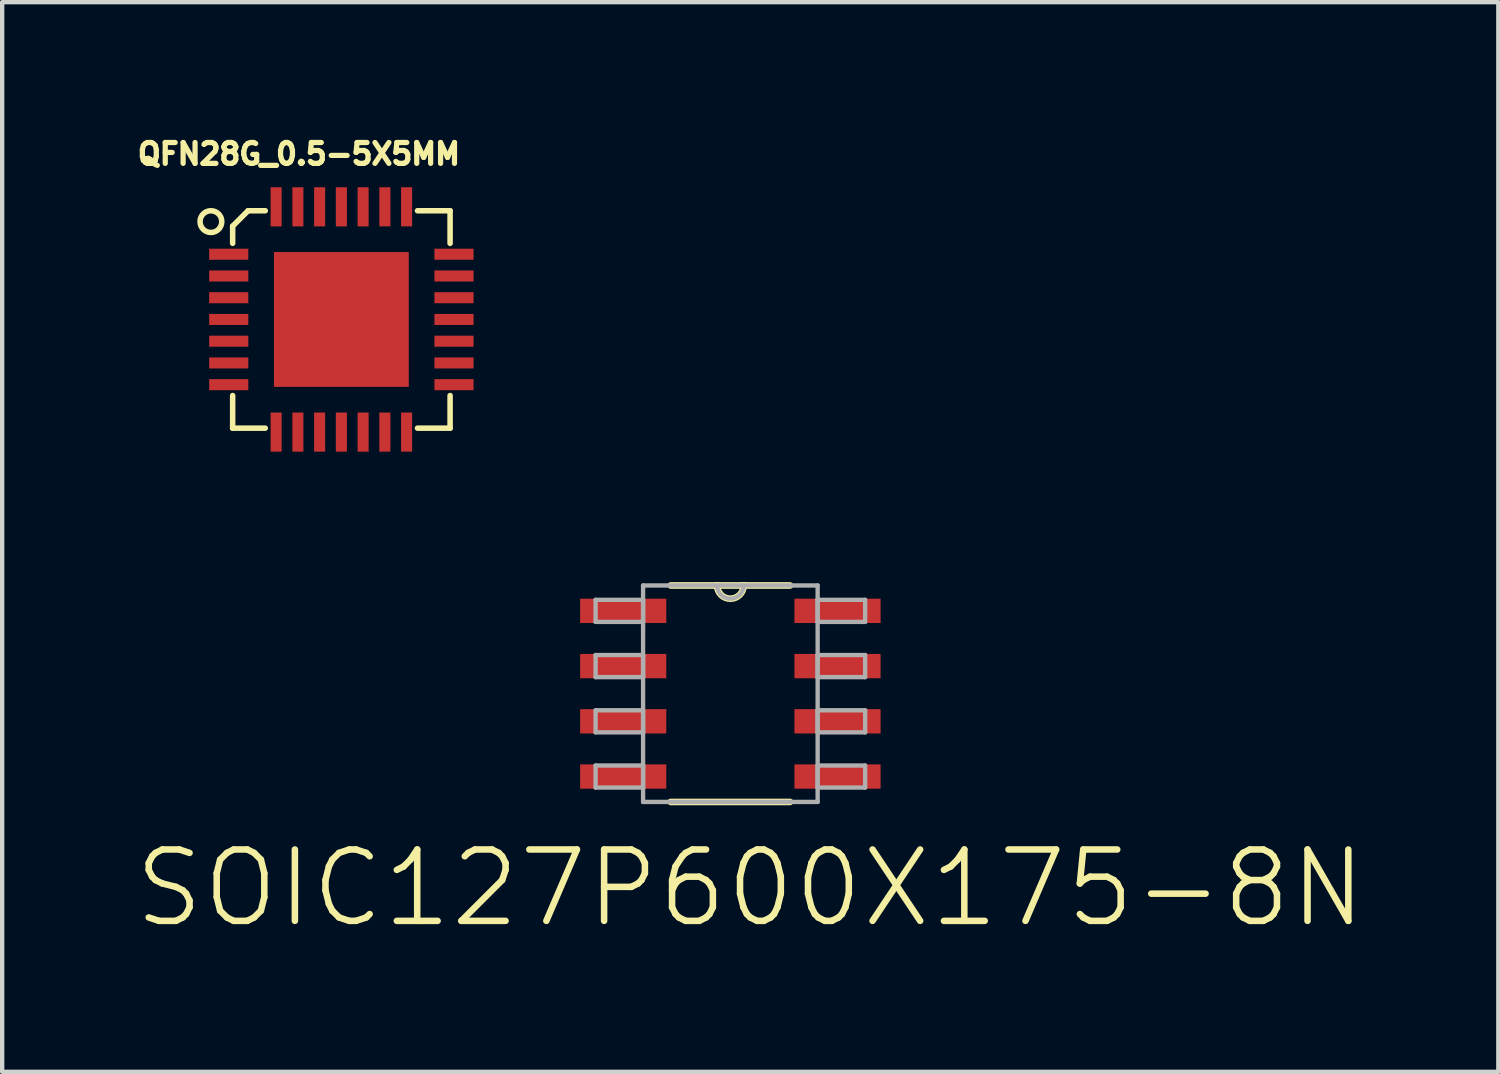
<source format=kicad_pcb>
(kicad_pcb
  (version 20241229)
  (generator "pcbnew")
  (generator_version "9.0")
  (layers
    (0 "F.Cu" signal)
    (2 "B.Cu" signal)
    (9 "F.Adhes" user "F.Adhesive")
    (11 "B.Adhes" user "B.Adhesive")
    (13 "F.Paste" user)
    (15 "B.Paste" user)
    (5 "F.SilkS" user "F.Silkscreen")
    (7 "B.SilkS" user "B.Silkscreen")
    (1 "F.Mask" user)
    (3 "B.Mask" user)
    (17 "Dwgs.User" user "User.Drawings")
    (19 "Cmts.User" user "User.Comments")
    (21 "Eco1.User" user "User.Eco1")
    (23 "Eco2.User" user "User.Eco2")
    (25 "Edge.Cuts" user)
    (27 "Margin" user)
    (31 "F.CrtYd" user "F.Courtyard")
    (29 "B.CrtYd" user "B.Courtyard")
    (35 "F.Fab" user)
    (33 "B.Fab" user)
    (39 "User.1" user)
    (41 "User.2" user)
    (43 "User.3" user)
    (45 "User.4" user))
  (footprint "SOIC127P600X175-8N"
    (layer "F.Cu")
    (at 13.745 12.902)
    (property "Reference" "SOIC127P600X175-8N" (at 0.457 4.472 0) (layer "F.SilkS") (effects (font (size 1.641 1.641) (thickness 0.15))))
    (attr smd)
    (fp_line (start -1.372 2.489) (end 1.372 2.489) (stroke (width 0.152) (type solid)) (layer "F.SilkS"))
    (fp_line (start -0.305 -2.489) (end -1.372 -2.489) (stroke (width 0.152) (type solid)) (layer "F.SilkS"))
    (fp_line (start 0.305 -2.489) (end -0.305 -2.489) (stroke (width 0.152) (type solid)) (layer "F.SilkS"))
    (fp_line (start 1.372 -2.489) (end 0.305 -2.489) (stroke (width 0.152) (type solid)) (layer "F.SilkS"))
    (fp_arc (start 0.3048 -2.4892) (mid 0 -2.1844) (end -0.3048 -2.4892) (stroke (width 0.1524) (type solid)) (layer "F.SilkS"))
    (fp_line (start -3.099 -2.159) (end -3.099 -1.651) (stroke (width 0.1) (type solid)) (layer "F.Fab"))
    (fp_line (start -3.099 -1.651) (end -2.007 -1.651) (stroke (width 0.1) (type solid)) (layer "F.Fab"))
    (fp_line (start -3.099 -0.889) (end -3.099 -0.381) (stroke (width 0.1) (type solid)) (layer "F.Fab"))
    (fp_line (start -3.099 -0.381) (end -2.007 -0.381) (stroke (width 0.1) (type solid)) (layer "F.Fab"))
    (fp_line (start -3.099 0.381) (end -3.099 0.889) (stroke (width 0.1) (type solid)) (layer "F.Fab"))
    (fp_line (start -3.099 0.889) (end -2.007 0.889) (stroke (width 0.1) (type solid)) (layer "F.Fab"))
    (fp_line (start -3.099 1.651) (end -3.099 2.159) (stroke (width 0.1) (type solid)) (layer "F.Fab"))
    (fp_line (start -3.099 2.159) (end -2.007 2.159) (stroke (width 0.1) (type solid)) (layer "F.Fab"))
    (fp_line (start -2.007 -2.489) (end -2.007 2.489) (stroke (width 0.1) (type solid)) (layer "F.Fab"))
    (fp_line (start -2.007 -2.159) (end -3.099 -2.159) (stroke (width 0.1) (type solid)) (layer "F.Fab"))
    (fp_line (start -2.007 -1.651) (end -2.007 -2.159) (stroke (width 0.1) (type solid)) (layer "F.Fab"))
    (fp_line (start -2.007 -0.889) (end -3.099 -0.889) (stroke (width 0.1) (type solid)) (layer "F.Fab"))
    (fp_line (start -2.007 -0.381) (end -2.007 -0.889) (stroke (width 0.1) (type solid)) (layer "F.Fab"))
    (fp_line (start -2.007 0.381) (end -3.099 0.381) (stroke (width 0.1) (type solid)) (layer "F.Fab"))
    (fp_line (start -2.007 0.889) (end -2.007 0.381) (stroke (width 0.1) (type solid)) (layer "F.Fab"))
    (fp_line (start -2.007 1.651) (end -3.099 1.651) (stroke (width 0.1) (type solid)) (layer "F.Fab"))
    (fp_line (start -2.007 2.159) (end -2.007 1.651) (stroke (width 0.1) (type solid)) (layer "F.Fab"))
    (fp_line (start -2.007 2.489) (end 2.007 2.489) (stroke (width 0.1) (type solid)) (layer "F.Fab"))
    (fp_line (start -0.305 -2.489) (end -2.007 -2.489) (stroke (width 0.1) (type solid)) (layer "F.Fab"))
    (fp_line (start 0.305 -2.489) (end -0.305 -2.489) (stroke (width 0.1) (type solid)) (layer "F.Fab"))
    (fp_line (start 2.007 -2.489) (end 0.305 -2.489) (stroke (width 0.1) (type solid)) (layer "F.Fab"))
    (fp_line (start 2.007 -2.159) (end 2.007 -1.651) (stroke (width 0.1) (type solid)) (layer "F.Fab"))
    (fp_line (start 2.007 -1.651) (end 3.099 -1.651) (stroke (width 0.1) (type solid)) (layer "F.Fab"))
    (fp_line (start 2.007 -0.889) (end 2.007 -0.381) (stroke (width 0.1) (type solid)) (layer "F.Fab"))
    (fp_line (start 2.007 -0.381) (end 3.099 -0.381) (stroke (width 0.1) (type solid)) (layer "F.Fab"))
    (fp_line (start 2.007 0.381) (end 2.007 0.889) (stroke (width 0.1) (type solid)) (layer "F.Fab"))
    (fp_line (start 2.007 0.889) (end 3.099 0.889) (stroke (width 0.1) (type solid)) (layer "F.Fab"))
    (fp_line (start 2.007 1.651) (end 2.007 2.159) (stroke (width 0.1) (type solid)) (layer "F.Fab"))
    (fp_line (start 2.007 2.159) (end 3.099 2.159) (stroke (width 0.1) (type solid)) (layer "F.Fab"))
    (fp_line (start 2.007 2.489) (end 2.007 -2.489) (stroke (width 0.1) (type solid)) (layer "F.Fab"))
    (fp_line (start 3.099 -2.159) (end 2.007 -2.159) (stroke (width 0.1) (type solid)) (layer "F.Fab"))
    (fp_line (start 3.099 -1.651) (end 3.099 -2.159) (stroke (width 0.1) (type solid)) (layer "F.Fab"))
    (fp_line (start 3.099 -0.889) (end 2.007 -0.889) (stroke (width 0.1) (type solid)) (layer "F.Fab"))
    (fp_line (start 3.099 -0.381) (end 3.099 -0.889) (stroke (width 0.1) (type solid)) (layer "F.Fab"))
    (fp_line (start 3.099 0.381) (end 2.007 0.381) (stroke (width 0.1) (type solid)) (layer "F.Fab"))
    (fp_line (start 3.099 0.889) (end 3.099 0.381) (stroke (width 0.1) (type solid)) (layer "F.Fab"))
    (fp_line (start 3.099 1.651) (end 2.007 1.651) (stroke (width 0.1) (type solid)) (layer "F.Fab"))
    (fp_line (start 3.099 2.159) (end 3.099 1.651) (stroke (width 0.1) (type solid)) (layer "F.Fab"))
    (fp_arc (start 0.3048 -2.4892) (mid 0 -2.1844) (end -0.3048 -2.4892) (stroke (width 0.1) (type solid)) (layer "F.Fab"))
    (pad "1" smd rect (at -2.464 -1.905) (size 1.981 0.559) (layers "F.Cu" "F.Mask" "F.Paste"))
    (pad "2" smd rect (at -2.464 -0.635) (size 1.981 0.559) (layers "F.Cu" "F.Mask" "F.Paste"))
    (pad "3" smd rect (at -2.464 0.635) (size 1.981 0.559) (layers "F.Cu" "F.Mask" "F.Paste"))
    (pad "4" smd rect (at -2.464 1.905) (size 1.981 0.559) (layers "F.Cu" "F.Mask" "F.Paste"))
    (pad "5" smd rect (at 2.464 1.905) (size 1.981 0.559) (layers "F.Cu" "F.Mask" "F.Paste"))
    (pad "6" smd rect (at 2.464 0.635) (size 1.981 0.559) (layers "F.Cu" "F.Mask" "F.Paste"))
    (pad "7" smd rect (at 2.464 -0.635) (size 1.981 0.559) (layers "F.Cu" "F.Mask" "F.Paste"))
    (pad "8" smd rect (at 2.464 -1.905) (size 1.981 0.559) (layers "F.Cu" "F.Mask" "F.Paste")))
  (footprint "QFN28G_0.5-5X5MM"
    (layer "F.Cu")
    (at 4.8 4.296)
    (property "Reference" "QFN28G_0.5-5X5MM" (at -0.976 -3.805 0) (layer "F.SilkS") (effects (font (size 0.48 0.48) (thickness 0.15))))
    (attr smd)
    (fp_line (start -2.5 -2.146) (end -2.5 -1.75) (stroke (width 0.127) (type solid)) (layer "F.SilkS"))
    (fp_line (start -2.5 1.75) (end -2.5 2.5) (stroke (width 0.127) (type solid)) (layer "F.SilkS"))
    (fp_line (start -2.5 2.5) (end -1.75 2.5) (stroke (width 0.127) (type solid)) (layer "F.SilkS"))
    (fp_line (start -2.146 -2.5) (end -2.5 -2.146) (stroke (width 0.127) (type solid)) (layer "F.SilkS"))
    (fp_line (start -1.75 -2.5) (end -2.146 -2.5) (stroke (width 0.127) (type solid)) (layer "F.SilkS"))
    (fp_line (start 1.75 -2.5) (end 2.5 -2.5) (stroke (width 0.127) (type solid)) (layer "F.SilkS"))
    (fp_line (start 1.75 2.5) (end 2.5 2.5) (stroke (width 0.127) (type solid)) (layer "F.SilkS"))
    (fp_line (start 2.5 -2.5) (end 2.5 -1.75) (stroke (width 0.127) (type solid)) (layer "F.SilkS"))
    (fp_line (start 2.5 2.5) (end 2.5 1.75) (stroke (width 0.127) (type solid)) (layer "F.SilkS"))
    (fp_circle (center -3 -2.25) (end -2.75 -2.25) (stroke (width 0.127) (type solid)) (fill no) (layer "F.SilkS"))
    (fp_poly (pts (xy -1.502 0.25) (xy -0.25 0.25) (xy -0.25 1.502) (xy -1.502 1.502)) (stroke (width 0.01) (type solid)) (fill yes) (layer "F.Paste"))
    (fp_poly (pts (xy -1.501 -1.5) (xy -0.25 -1.5) (xy -0.25 -0.25) (xy -1.501 -0.25)) (stroke (width 0.01) (type solid)) (fill yes) (layer "F.Paste"))
    (fp_poly (pts (xy 0.25 0.25) (xy 1.5 0.25) (xy 1.5 1.5) (xy 0.25 1.5)) (stroke (width 0.01) (type solid)) (fill yes) (layer "F.Paste"))
    (fp_poly (pts (xy 0.25 -1.5) (xy 1.5 -1.5) (xy 1.5 -0.25) (xy 0.25 -0.25)) (stroke (width 0.01) (type solid)) (fill yes) (layer "F.Paste"))
    (pad "1" smd rect (at -2.59 -1.5) (size 0.9 0.254) (layers "F.Cu" "F.Mask" "F.Paste"))
    (pad "2" smd rect (at -2.59 -1) (size 0.9 0.254) (layers "F.Cu" "F.Mask" "F.Paste"))
    (pad "3" smd rect (at -2.59 -0.5) (size 0.9 0.254) (layers "F.Cu" "F.Mask" "F.Paste"))
    (pad "4" smd rect (at -2.59 0) (size 0.9 0.254) (layers "F.Cu" "F.Mask" "F.Paste"))
    (pad "5" smd rect (at -2.59 0.5) (size 0.9 0.254) (layers "F.Cu" "F.Mask" "F.Paste"))
    (pad "6" smd rect (at -2.59 1) (size 0.9 0.254) (layers "F.Cu" "F.Mask" "F.Paste"))
    (pad "7" smd rect (at -2.59 1.5) (size 0.9 0.254) (layers "F.Cu" "F.Mask" "F.Paste"))
    (pad "8" smd rect (at -1.5 2.59 90) (size 0.9 0.254) (layers "F.Cu" "F.Mask" "F.Paste"))
    (pad "9" smd rect (at -1 2.59 90) (size 0.9 0.254) (layers "F.Cu" "F.Mask" "F.Paste"))
    (pad "10" smd rect (at -0.5 2.59 90) (size 0.9 0.254) (layers "F.Cu" "F.Mask" "F.Paste"))
    (pad "11" smd rect (at 0 2.59 90) (size 0.9 0.254) (layers "F.Cu" "F.Mask" "F.Paste"))
    (pad "12" smd rect (at 0.5 2.59 90) (size 0.9 0.254) (layers "F.Cu" "F.Mask" "F.Paste"))
    (pad "13" smd rect (at 1 2.59 90) (size 0.9 0.254) (layers "F.Cu" "F.Mask" "F.Paste"))
    (pad "14" smd rect (at 1.5 2.59 90) (size 0.9 0.254) (layers "F.Cu" "F.Mask" "F.Paste"))
    (pad "15" smd rect (at 2.59 1.5 180) (size 0.9 0.254) (layers "F.Cu" "F.Mask" "F.Paste"))
    (pad "16" smd rect (at 2.59 1 180) (size 0.9 0.254) (layers "F.Cu" "F.Mask" "F.Paste"))
    (pad "17" smd rect (at 2.59 0.5 180) (size 0.9 0.254) (layers "F.Cu" "F.Mask" "F.Paste"))
    (pad "18" smd rect (at 2.59 0 180) (size 0.9 0.254) (layers "F.Cu" "F.Mask" "F.Paste"))
    (pad "19" smd rect (at 2.59 -0.5 180) (size 0.9 0.254) (layers "F.Cu" "F.Mask" "F.Paste"))
    (pad "20" smd rect (at 2.59 -1 180) (size 0.9 0.254) (layers "F.Cu" "F.Mask" "F.Paste"))
    (pad "21" smd rect (at 2.59 -1.5 180) (size 0.9 0.254) (layers "F.Cu" "F.Mask" "F.Paste"))
    (pad "22" smd rect (at 1.5 -2.59 270) (size 0.9 0.254) (layers "F.Cu" "F.Mask" "F.Paste"))
    (pad "23" smd rect (at 1 -2.59 270) (size 0.9 0.254) (layers "F.Cu" "F.Mask" "F.Paste"))
    (pad "24" smd rect (at 0.5 -2.59 270) (size 0.9 0.254) (layers "F.Cu" "F.Mask" "F.Paste"))
    (pad "25" smd rect (at 0 -2.59 270) (size 0.9 0.254) (layers "F.Cu" "F.Mask" "F.Paste"))
    (pad "26" smd rect (at -0.5 -2.59 270) (size 0.9 0.254) (layers "F.Cu" "F.Mask" "F.Paste"))
    (pad "27" smd rect (at -1 -2.59 270) (size 0.9 0.254) (layers "F.Cu" "F.Mask" "F.Paste"))
    (pad "28" smd rect (at -1.5 -2.59 270) (size 0.9 0.254) (layers "F.Cu" "F.Mask" "F.Paste"))
    (pad "29" smd rect (at 0 0) (size 3.1 3.1) (layers "F.Cu" "F.Mask")))
  (gr_rect
    (start -3 -3)
    (end 31.405 21.597)
    (stroke (width 0.1) (type default))
    (fill no)
    (layer "Edge.Cuts")))
</source>
